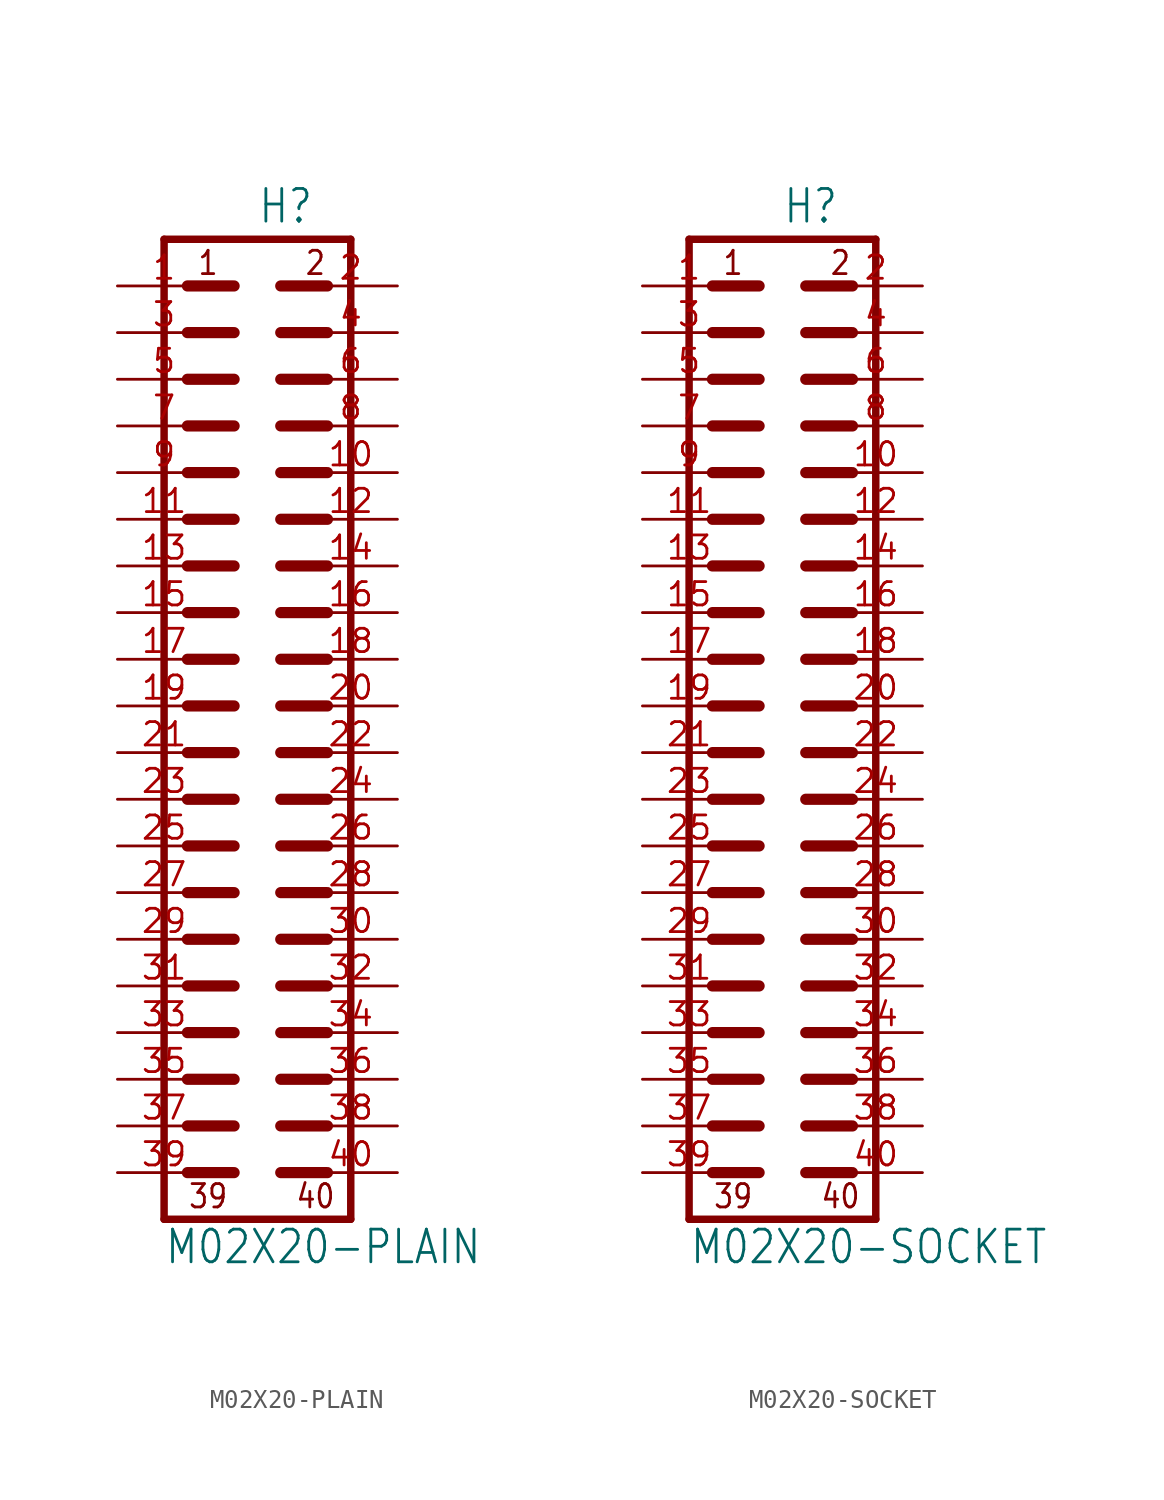
<source format=kicad_sym>
(kicad_symbol_lib
  (version 20211014)
  (generator kicad_symbol_editor)
  (symbol "M02X20-PLAIN"
    (property "Reference" "H"
      (at 0 26.162 0)
      (effects (font (size 1.778 1.511)) (justify left bottom)))
    (property "Value" "M02X20-PLAIN"
      (at -5.08 -30.48 0)
      (effects (font (size 1.778 1.511)) (justify left bottom)))
    (property "ki_locked" ""
      (at 0 0 0)
      (effects (font (size 1.27 1.27))))
    (symbol "M02X20-PLAIN_1_0"
      (polyline (pts (xy -5.08 -27.94) (xy -5.08 25.4)) (stroke (width 0.406) (type default) (color 0 0 0 0)) (fill (type none)))
      (polyline (pts (xy -5.08 25.4) (xy 5.08 25.4)) (stroke (width 0.406) (type default) (color 0 0 0 0)) (fill (type none)))
      (polyline (pts (xy -3.81 -25.4) (xy -1.27 -25.4)) (stroke (width 0.61) (type default) (color 0 0 0 0)) (fill (type none)))
      (polyline (pts (xy -3.81 -22.86) (xy -1.27 -22.86)) (stroke (width 0.61) (type default) (color 0 0 0 0)) (fill (type none)))
      (polyline (pts (xy -3.81 -20.32) (xy -1.27 -20.32)) (stroke (width 0.61) (type default) (color 0 0 0 0)) (fill (type none)))
      (polyline (pts (xy -3.81 -17.78) (xy -1.27 -17.78)) (stroke (width 0.61) (type default) (color 0 0 0 0)) (fill (type none)))
      (polyline (pts (xy -3.81 -15.24) (xy -1.27 -15.24)) (stroke (width 0.61) (type default) (color 0 0 0 0)) (fill (type none)))
      (polyline (pts (xy -3.81 -12.7) (xy -1.27 -12.7)) (stroke (width 0.61) (type default) (color 0 0 0 0)) (fill (type none)))
      (polyline (pts (xy -3.81 -10.16) (xy -1.27 -10.16)) (stroke (width 0.61) (type default) (color 0 0 0 0)) (fill (type none)))
      (polyline (pts (xy -3.81 -7.62) (xy -1.27 -7.62)) (stroke (width 0.61) (type default) (color 0 0 0 0)) (fill (type none)))
      (polyline (pts (xy -3.81 -5.08) (xy -1.27 -5.08)) (stroke (width 0.61) (type default) (color 0 0 0 0)) (fill (type none)))
      (polyline (pts (xy -3.81 -2.54) (xy -1.27 -2.54)) (stroke (width 0.61) (type default) (color 0 0 0 0)) (fill (type none)))
      (polyline (pts (xy -3.81 0) (xy -1.27 0)) (stroke (width 0.61) (type default) (color 0 0 0 0)) (fill (type none)))
      (polyline (pts (xy -3.81 2.54) (xy -1.27 2.54)) (stroke (width 0.61) (type default) (color 0 0 0 0)) (fill (type none)))
      (polyline (pts (xy -3.81 5.08) (xy -1.27 5.08)) (stroke (width 0.61) (type default) (color 0 0 0 0)) (fill (type none)))
      (polyline (pts (xy -3.81 7.62) (xy -1.27 7.62)) (stroke (width 0.61) (type default) (color 0 0 0 0)) (fill (type none)))
      (polyline (pts (xy -3.81 10.16) (xy -1.27 10.16)) (stroke (width 0.61) (type default) (color 0 0 0 0)) (fill (type none)))
      (polyline (pts (xy -3.81 12.7) (xy -1.27 12.7)) (stroke (width 0.61) (type default) (color 0 0 0 0)) (fill (type none)))
      (polyline (pts (xy -3.81 15.24) (xy -1.27 15.24)) (stroke (width 0.61) (type default) (color 0 0 0 0)) (fill (type none)))
      (polyline (pts (xy -3.81 17.78) (xy -1.27 17.78)) (stroke (width 0.61) (type default) (color 0 0 0 0)) (fill (type none)))
      (polyline (pts (xy -3.81 20.32) (xy -1.27 20.32)) (stroke (width 0.61) (type default) (color 0 0 0 0)) (fill (type none)))
      (polyline (pts (xy -3.81 22.86) (xy -1.27 22.86)) (stroke (width 0.61) (type default) (color 0 0 0 0)) (fill (type none)))
      (polyline (pts (xy 1.27 -25.4) (xy 3.81 -25.4)) (stroke (width 0.61) (type default) (color 0 0 0 0)) (fill (type none)))
      (polyline (pts (xy 1.27 -22.86) (xy 3.81 -22.86)) (stroke (width 0.61) (type default) (color 0 0 0 0)) (fill (type none)))
      (polyline (pts (xy 1.27 -20.32) (xy 3.81 -20.32)) (stroke (width 0.61) (type default) (color 0 0 0 0)) (fill (type none)))
      (polyline (pts (xy 1.27 -17.78) (xy 3.81 -17.78)) (stroke (width 0.61) (type default) (color 0 0 0 0)) (fill (type none)))
      (polyline (pts (xy 1.27 -15.24) (xy 3.81 -15.24)) (stroke (width 0.61) (type default) (color 0 0 0 0)) (fill (type none)))
      (polyline (pts (xy 1.27 -12.7) (xy 3.81 -12.7)) (stroke (width 0.61) (type default) (color 0 0 0 0)) (fill (type none)))
      (polyline (pts (xy 1.27 -10.16) (xy 3.81 -10.16)) (stroke (width 0.61) (type default) (color 0 0 0 0)) (fill (type none)))
      (polyline (pts (xy 1.27 -7.62) (xy 3.81 -7.62)) (stroke (width 0.61) (type default) (color 0 0 0 0)) (fill (type none)))
      (polyline (pts (xy 1.27 -5.08) (xy 3.81 -5.08)) (stroke (width 0.61) (type default) (color 0 0 0 0)) (fill (type none)))
      (polyline (pts (xy 1.27 -2.54) (xy 3.81 -2.54)) (stroke (width 0.61) (type default) (color 0 0 0 0)) (fill (type none)))
      (polyline (pts (xy 1.27 0) (xy 3.81 0)) (stroke (width 0.61) (type default) (color 0 0 0 0)) (fill (type none)))
      (polyline (pts (xy 1.27 2.54) (xy 3.81 2.54)) (stroke (width 0.61) (type default) (color 0 0 0 0)) (fill (type none)))
      (polyline (pts (xy 1.27 5.08) (xy 3.81 5.08)) (stroke (width 0.61) (type default) (color 0 0 0 0)) (fill (type none)))
      (polyline (pts (xy 1.27 7.62) (xy 3.81 7.62)) (stroke (width 0.61) (type default) (color 0 0 0 0)) (fill (type none)))
      (polyline (pts (xy 1.27 10.16) (xy 3.81 10.16)) (stroke (width 0.61) (type default) (color 0 0 0 0)) (fill (type none)))
      (polyline (pts (xy 1.27 12.7) (xy 3.81 12.7)) (stroke (width 0.61) (type default) (color 0 0 0 0)) (fill (type none)))
      (polyline (pts (xy 1.27 15.24) (xy 3.81 15.24)) (stroke (width 0.61) (type default) (color 0 0 0 0)) (fill (type none)))
      (polyline (pts (xy 1.27 17.78) (xy 3.81 17.78)) (stroke (width 0.61) (type default) (color 0 0 0 0)) (fill (type none)))
      (polyline (pts (xy 1.27 20.32) (xy 3.81 20.32)) (stroke (width 0.61) (type default) (color 0 0 0 0)) (fill (type none)))
      (polyline (pts (xy 1.27 22.86) (xy 3.81 22.86)) (stroke (width 0.61) (type default) (color 0 0 0 0)) (fill (type none)))
      (polyline (pts (xy 5.08 -27.94) (xy -5.08 -27.94)) (stroke (width 0.406) (type default) (color 0 0 0 0)) (fill (type none)))
      (polyline (pts (xy 5.08 -27.94) (xy 5.08 25.4)) (stroke (width 0.406) (type default) (color 0 0 0 0)) (fill (type none)))
      (text "1" (at -3.302 23.368 0) (effects (font (size 1.27 1.079)) (justify left bottom)))
      (text "2" (at 2.54 23.368 0) (effects (font (size 1.27 1.079)) (justify left bottom)))
      (text "39" (at -3.81 -27.432 0) (effects (font (size 1.27 1.079)) (justify left bottom)))
      (text "40" (at 2.032 -27.432 0) (effects (font (size 1.27 1.079)) (justify left bottom)))
      (pin passive line (at -7.62 22.86 0) (length 5.08) (name "1" (effects (font (size 0 0)))) (number "1" (effects (font (size 1.27 1.27)))))
      (pin passive line (at 7.62 12.7 180) (length 5.08) (name "10" (effects (font (size 0 0)))) (number "10" (effects (font (size 1.27 1.27)))))
      (pin passive line (at -7.62 10.16 0) (length 5.08) (name "11" (effects (font (size 0 0)))) (number "11" (effects (font (size 1.27 1.27)))))
      (pin passive line (at 7.62 10.16 180) (length 5.08) (name "12" (effects (font (size 0 0)))) (number "12" (effects (font (size 1.27 1.27)))))
      (pin passive line (at -7.62 7.62 0) (length 5.08) (name "13" (effects (font (size 0 0)))) (number "13" (effects (font (size 1.27 1.27)))))
      (pin passive line (at 7.62 7.62 180) (length 5.08) (name "14" (effects (font (size 0 0)))) (number "14" (effects (font (size 1.27 1.27)))))
      (pin passive line (at -7.62 5.08 0) (length 5.08) (name "15" (effects (font (size 0 0)))) (number "15" (effects (font (size 1.27 1.27)))))
      (pin passive line (at 7.62 5.08 180) (length 5.08) (name "16" (effects (font (size 0 0)))) (number "16" (effects (font (size 1.27 1.27)))))
      (pin passive line (at -7.62 2.54 0) (length 5.08) (name "17" (effects (font (size 0 0)))) (number "17" (effects (font (size 1.27 1.27)))))
      (pin passive line (at 7.62 2.54 180) (length 5.08) (name "18" (effects (font (size 0 0)))) (number "18" (effects (font (size 1.27 1.27)))))
      (pin passive line (at -7.62 0 0) (length 5.08) (name "19" (effects (font (size 0 0)))) (number "19" (effects (font (size 1.27 1.27)))))
      (pin passive line (at 7.62 22.86 180) (length 5.08) (name "2" (effects (font (size 0 0)))) (number "2" (effects (font (size 1.27 1.27)))))
      (pin passive line (at 7.62 0 180) (length 5.08) (name "20" (effects (font (size 0 0)))) (number "20" (effects (font (size 1.27 1.27)))))
      (pin passive line (at -7.62 -2.54 0) (length 5.08) (name "21" (effects (font (size 0 0)))) (number "21" (effects (font (size 1.27 1.27)))))
      (pin passive line (at 7.62 -2.54 180) (length 5.08) (name "22" (effects (font (size 0 0)))) (number "22" (effects (font (size 1.27 1.27)))))
      (pin passive line (at -7.62 -5.08 0) (length 5.08) (name "23" (effects (font (size 0 0)))) (number "23" (effects (font (size 1.27 1.27)))))
      (pin passive line (at 7.62 -5.08 180) (length 5.08) (name "24" (effects (font (size 0 0)))) (number "24" (effects (font (size 1.27 1.27)))))
      (pin passive line (at -7.62 -7.62 0) (length 5.08) (name "25" (effects (font (size 0 0)))) (number "25" (effects (font (size 1.27 1.27)))))
      (pin passive line (at 7.62 -7.62 180) (length 5.08) (name "26" (effects (font (size 0 0)))) (number "26" (effects (font (size 1.27 1.27)))))
      (pin passive line (at -7.62 -10.16 0) (length 5.08) (name "27" (effects (font (size 0 0)))) (number "27" (effects (font (size 1.27 1.27)))))
      (pin passive line (at 7.62 -10.16 180) (length 5.08) (name "28" (effects (font (size 0 0)))) (number "28" (effects (font (size 1.27 1.27)))))
      (pin passive line (at -7.62 -12.7 0) (length 5.08) (name "29" (effects (font (size 0 0)))) (number "29" (effects (font (size 1.27 1.27)))))
      (pin passive line (at -7.62 20.32 0) (length 5.08) (name "3" (effects (font (size 0 0)))) (number "3" (effects (font (size 1.27 1.27)))))
      (pin passive line (at 7.62 -12.7 180) (length 5.08) (name "30" (effects (font (size 0 0)))) (number "30" (effects (font (size 1.27 1.27)))))
      (pin passive line (at -7.62 -15.24 0) (length 5.08) (name "31" (effects (font (size 0 0)))) (number "31" (effects (font (size 1.27 1.27)))))
      (pin passive line (at 7.62 -15.24 180) (length 5.08) (name "32" (effects (font (size 0 0)))) (number "32" (effects (font (size 1.27 1.27)))))
      (pin passive line (at -7.62 -17.78 0) (length 5.08) (name "33" (effects (font (size 0 0)))) (number "33" (effects (font (size 1.27 1.27)))))
      (pin passive line (at 7.62 -17.78 180) (length 5.08) (name "34" (effects (font (size 0 0)))) (number "34" (effects (font (size 1.27 1.27)))))
      (pin passive line (at -7.62 -20.32 0) (length 5.08) (name "35" (effects (font (size 0 0)))) (number "35" (effects (font (size 1.27 1.27)))))
      (pin passive line (at 7.62 -20.32 180) (length 5.08) (name "36" (effects (font (size 0 0)))) (number "36" (effects (font (size 1.27 1.27)))))
      (pin passive line (at -7.62 -22.86 0) (length 5.08) (name "37" (effects (font (size 0 0)))) (number "37" (effects (font (size 1.27 1.27)))))
      (pin passive line (at 7.62 -22.86 180) (length 5.08) (name "38" (effects (font (size 0 0)))) (number "38" (effects (font (size 1.27 1.27)))))
      (pin passive line (at -7.62 -25.4 0) (length 5.08) (name "39" (effects (font (size 0 0)))) (number "39" (effects (font (size 1.27 1.27)))))
      (pin passive line (at 7.62 20.32 180) (length 5.08) (name "4" (effects (font (size 0 0)))) (number "4" (effects (font (size 1.27 1.27)))))
      (pin passive line (at 7.62 -25.4 180) (length 5.08) (name "40" (effects (font (size 0 0)))) (number "40" (effects (font (size 1.27 1.27)))))
      (pin passive line (at -7.62 17.78 0) (length 5.08) (name "5" (effects (font (size 0 0)))) (number "5" (effects (font (size 1.27 1.27)))))
      (pin passive line (at 7.62 17.78 180) (length 5.08) (name "6" (effects (font (size 0 0)))) (number "6" (effects (font (size 1.27 1.27)))))
      (pin passive line (at -7.62 15.24 0) (length 5.08) (name "7" (effects (font (size 0 0)))) (number "7" (effects (font (size 1.27 1.27)))))
      (pin passive line (at 7.62 15.24 180) (length 5.08) (name "8" (effects (font (size 0 0)))) (number "8" (effects (font (size 1.27 1.27)))))
      (pin passive line (at -7.62 12.7 0) (length 5.08) (name "9" (effects (font (size 0 0)))) (number "9" (effects (font (size 1.27 1.27)))))))
  (symbol "M02X20-SOCKET"
    (property "Reference" "H"
      (at 0 26.162 0)
      (effects (font (size 1.778 1.511)) (justify left bottom)))
    (property "Value" "M02X20-SOCKET"
      (at -5.08 -30.48 0)
      (effects (font (size 1.778 1.511)) (justify left bottom)))
    (property "ki_locked" ""
      (at 0 0 0)
      (effects (font (size 1.27 1.27))))
    (symbol "M02X20-SOCKET_1_0"
      (polyline (pts (xy -5.08 -27.94) (xy -5.08 25.4)) (stroke (width 0.406) (type default) (color 0 0 0 0)) (fill (type none)))
      (polyline (pts (xy -5.08 25.4) (xy 5.08 25.4)) (stroke (width 0.406) (type default) (color 0 0 0 0)) (fill (type none)))
      (polyline (pts (xy -3.81 -25.4) (xy -1.27 -25.4)) (stroke (width 0.61) (type default) (color 0 0 0 0)) (fill (type none)))
      (polyline (pts (xy -3.81 -22.86) (xy -1.27 -22.86)) (stroke (width 0.61) (type default) (color 0 0 0 0)) (fill (type none)))
      (polyline (pts (xy -3.81 -20.32) (xy -1.27 -20.32)) (stroke (width 0.61) (type default) (color 0 0 0 0)) (fill (type none)))
      (polyline (pts (xy -3.81 -17.78) (xy -1.27 -17.78)) (stroke (width 0.61) (type default) (color 0 0 0 0)) (fill (type none)))
      (polyline (pts (xy -3.81 -15.24) (xy -1.27 -15.24)) (stroke (width 0.61) (type default) (color 0 0 0 0)) (fill (type none)))
      (polyline (pts (xy -3.81 -12.7) (xy -1.27 -12.7)) (stroke (width 0.61) (type default) (color 0 0 0 0)) (fill (type none)))
      (polyline (pts (xy -3.81 -10.16) (xy -1.27 -10.16)) (stroke (width 0.61) (type default) (color 0 0 0 0)) (fill (type none)))
      (polyline (pts (xy -3.81 -7.62) (xy -1.27 -7.62)) (stroke (width 0.61) (type default) (color 0 0 0 0)) (fill (type none)))
      (polyline (pts (xy -3.81 -5.08) (xy -1.27 -5.08)) (stroke (width 0.61) (type default) (color 0 0 0 0)) (fill (type none)))
      (polyline (pts (xy -3.81 -2.54) (xy -1.27 -2.54)) (stroke (width 0.61) (type default) (color 0 0 0 0)) (fill (type none)))
      (polyline (pts (xy -3.81 0) (xy -1.27 0)) (stroke (width 0.61) (type default) (color 0 0 0 0)) (fill (type none)))
      (polyline (pts (xy -3.81 2.54) (xy -1.27 2.54)) (stroke (width 0.61) (type default) (color 0 0 0 0)) (fill (type none)))
      (polyline (pts (xy -3.81 5.08) (xy -1.27 5.08)) (stroke (width 0.61) (type default) (color 0 0 0 0)) (fill (type none)))
      (polyline (pts (xy -3.81 7.62) (xy -1.27 7.62)) (stroke (width 0.61) (type default) (color 0 0 0 0)) (fill (type none)))
      (polyline (pts (xy -3.81 10.16) (xy -1.27 10.16)) (stroke (width 0.61) (type default) (color 0 0 0 0)) (fill (type none)))
      (polyline (pts (xy -3.81 12.7) (xy -1.27 12.7)) (stroke (width 0.61) (type default) (color 0 0 0 0)) (fill (type none)))
      (polyline (pts (xy -3.81 15.24) (xy -1.27 15.24)) (stroke (width 0.61) (type default) (color 0 0 0 0)) (fill (type none)))
      (polyline (pts (xy -3.81 17.78) (xy -1.27 17.78)) (stroke (width 0.61) (type default) (color 0 0 0 0)) (fill (type none)))
      (polyline (pts (xy -3.81 20.32) (xy -1.27 20.32)) (stroke (width 0.61) (type default) (color 0 0 0 0)) (fill (type none)))
      (polyline (pts (xy -3.81 22.86) (xy -1.27 22.86)) (stroke (width 0.61) (type default) (color 0 0 0 0)) (fill (type none)))
      (polyline (pts (xy 1.27 -25.4) (xy 3.81 -25.4)) (stroke (width 0.61) (type default) (color 0 0 0 0)) (fill (type none)))
      (polyline (pts (xy 1.27 -22.86) (xy 3.81 -22.86)) (stroke (width 0.61) (type default) (color 0 0 0 0)) (fill (type none)))
      (polyline (pts (xy 1.27 -20.32) (xy 3.81 -20.32)) (stroke (width 0.61) (type default) (color 0 0 0 0)) (fill (type none)))
      (polyline (pts (xy 1.27 -17.78) (xy 3.81 -17.78)) (stroke (width 0.61) (type default) (color 0 0 0 0)) (fill (type none)))
      (polyline (pts (xy 1.27 -15.24) (xy 3.81 -15.24)) (stroke (width 0.61) (type default) (color 0 0 0 0)) (fill (type none)))
      (polyline (pts (xy 1.27 -12.7) (xy 3.81 -12.7)) (stroke (width 0.61) (type default) (color 0 0 0 0)) (fill (type none)))
      (polyline (pts (xy 1.27 -10.16) (xy 3.81 -10.16)) (stroke (width 0.61) (type default) (color 0 0 0 0)) (fill (type none)))
      (polyline (pts (xy 1.27 -7.62) (xy 3.81 -7.62)) (stroke (width 0.61) (type default) (color 0 0 0 0)) (fill (type none)))
      (polyline (pts (xy 1.27 -5.08) (xy 3.81 -5.08)) (stroke (width 0.61) (type default) (color 0 0 0 0)) (fill (type none)))
      (polyline (pts (xy 1.27 -2.54) (xy 3.81 -2.54)) (stroke (width 0.61) (type default) (color 0 0 0 0)) (fill (type none)))
      (polyline (pts (xy 1.27 0) (xy 3.81 0)) (stroke (width 0.61) (type default) (color 0 0 0 0)) (fill (type none)))
      (polyline (pts (xy 1.27 2.54) (xy 3.81 2.54)) (stroke (width 0.61) (type default) (color 0 0 0 0)) (fill (type none)))
      (polyline (pts (xy 1.27 5.08) (xy 3.81 5.08)) (stroke (width 0.61) (type default) (color 0 0 0 0)) (fill (type none)))
      (polyline (pts (xy 1.27 7.62) (xy 3.81 7.62)) (stroke (width 0.61) (type default) (color 0 0 0 0)) (fill (type none)))
      (polyline (pts (xy 1.27 10.16) (xy 3.81 10.16)) (stroke (width 0.61) (type default) (color 0 0 0 0)) (fill (type none)))
      (polyline (pts (xy 1.27 12.7) (xy 3.81 12.7)) (stroke (width 0.61) (type default) (color 0 0 0 0)) (fill (type none)))
      (polyline (pts (xy 1.27 15.24) (xy 3.81 15.24)) (stroke (width 0.61) (type default) (color 0 0 0 0)) (fill (type none)))
      (polyline (pts (xy 1.27 17.78) (xy 3.81 17.78)) (stroke (width 0.61) (type default) (color 0 0 0 0)) (fill (type none)))
      (polyline (pts (xy 1.27 20.32) (xy 3.81 20.32)) (stroke (width 0.61) (type default) (color 0 0 0 0)) (fill (type none)))
      (polyline (pts (xy 1.27 22.86) (xy 3.81 22.86)) (stroke (width 0.61) (type default) (color 0 0 0 0)) (fill (type none)))
      (polyline (pts (xy 5.08 -27.94) (xy -5.08 -27.94)) (stroke (width 0.406) (type default) (color 0 0 0 0)) (fill (type none)))
      (polyline (pts (xy 5.08 -27.94) (xy 5.08 25.4)) (stroke (width 0.406) (type default) (color 0 0 0 0)) (fill (type none)))
      (text "1" (at -3.302 23.368 0) (effects (font (size 1.27 1.079)) (justify left bottom)))
      (text "2" (at 2.54 23.368 0) (effects (font (size 1.27 1.079)) (justify left bottom)))
      (text "39" (at -3.81 -27.432 0) (effects (font (size 1.27 1.079)) (justify left bottom)))
      (text "40" (at 2.032 -27.432 0) (effects (font (size 1.27 1.079)) (justify left bottom)))
      (pin passive line (at -7.62 22.86 0) (length 5.08) (name "1" (effects (font (size 0 0)))) (number "1" (effects (font (size 1.27 1.27)))))
      (pin passive line (at 7.62 12.7 180) (length 5.08) (name "10" (effects (font (size 0 0)))) (number "10" (effects (font (size 1.27 1.27)))))
      (pin passive line (at -7.62 10.16 0) (length 5.08) (name "11" (effects (font (size 0 0)))) (number "11" (effects (font (size 1.27 1.27)))))
      (pin passive line (at 7.62 10.16 180) (length 5.08) (name "12" (effects (font (size 0 0)))) (number "12" (effects (font (size 1.27 1.27)))))
      (pin passive line (at -7.62 7.62 0) (length 5.08) (name "13" (effects (font (size 0 0)))) (number "13" (effects (font (size 1.27 1.27)))))
      (pin passive line (at 7.62 7.62 180) (length 5.08) (name "14" (effects (font (size 0 0)))) (number "14" (effects (font (size 1.27 1.27)))))
      (pin passive line (at -7.62 5.08 0) (length 5.08) (name "15" (effects (font (size 0 0)))) (number "15" (effects (font (size 1.27 1.27)))))
      (pin passive line (at 7.62 5.08 180) (length 5.08) (name "16" (effects (font (size 0 0)))) (number "16" (effects (font (size 1.27 1.27)))))
      (pin passive line (at -7.62 2.54 0) (length 5.08) (name "17" (effects (font (size 0 0)))) (number "17" (effects (font (size 1.27 1.27)))))
      (pin passive line (at 7.62 2.54 180) (length 5.08) (name "18" (effects (font (size 0 0)))) (number "18" (effects (font (size 1.27 1.27)))))
      (pin passive line (at -7.62 0 0) (length 5.08) (name "19" (effects (font (size 0 0)))) (number "19" (effects (font (size 1.27 1.27)))))
      (pin passive line (at 7.62 22.86 180) (length 5.08) (name "2" (effects (font (size 0 0)))) (number "2" (effects (font (size 1.27 1.27)))))
      (pin passive line (at 7.62 0 180) (length 5.08) (name "20" (effects (font (size 0 0)))) (number "20" (effects (font (size 1.27 1.27)))))
      (pin passive line (at -7.62 -2.54 0) (length 5.08) (name "21" (effects (font (size 0 0)))) (number "21" (effects (font (size 1.27 1.27)))))
      (pin passive line (at 7.62 -2.54 180) (length 5.08) (name "22" (effects (font (size 0 0)))) (number "22" (effects (font (size 1.27 1.27)))))
      (pin passive line (at -7.62 -5.08 0) (length 5.08) (name "23" (effects (font (size 0 0)))) (number "23" (effects (font (size 1.27 1.27)))))
      (pin passive line (at 7.62 -5.08 180) (length 5.08) (name "24" (effects (font (size 0 0)))) (number "24" (effects (font (size 1.27 1.27)))))
      (pin passive line (at -7.62 -7.62 0) (length 5.08) (name "25" (effects (font (size 0 0)))) (number "25" (effects (font (size 1.27 1.27)))))
      (pin passive line (at 7.62 -7.62 180) (length 5.08) (name "26" (effects (font (size 0 0)))) (number "26" (effects (font (size 1.27 1.27)))))
      (pin passive line (at -7.62 -10.16 0) (length 5.08) (name "27" (effects (font (size 0 0)))) (number "27" (effects (font (size 1.27 1.27)))))
      (pin passive line (at 7.62 -10.16 180) (length 5.08) (name "28" (effects (font (size 0 0)))) (number "28" (effects (font (size 1.27 1.27)))))
      (pin passive line (at -7.62 -12.7 0) (length 5.08) (name "29" (effects (font (size 0 0)))) (number "29" (effects (font (size 1.27 1.27)))))
      (pin passive line (at -7.62 20.32 0) (length 5.08) (name "3" (effects (font (size 0 0)))) (number "3" (effects (font (size 1.27 1.27)))))
      (pin passive line (at 7.62 -12.7 180) (length 5.08) (name "30" (effects (font (size 0 0)))) (number "30" (effects (font (size 1.27 1.27)))))
      (pin passive line (at -7.62 -15.24 0) (length 5.08) (name "31" (effects (font (size 0 0)))) (number "31" (effects (font (size 1.27 1.27)))))
      (pin passive line (at 7.62 -15.24 180) (length 5.08) (name "32" (effects (font (size 0 0)))) (number "32" (effects (font (size 1.27 1.27)))))
      (pin passive line (at -7.62 -17.78 0) (length 5.08) (name "33" (effects (font (size 0 0)))) (number "33" (effects (font (size 1.27 1.27)))))
      (pin passive line (at 7.62 -17.78 180) (length 5.08) (name "34" (effects (font (size 0 0)))) (number "34" (effects (font (size 1.27 1.27)))))
      (pin passive line (at -7.62 -20.32 0) (length 5.08) (name "35" (effects (font (size 0 0)))) (number "35" (effects (font (size 1.27 1.27)))))
      (pin passive line (at 7.62 -20.32 180) (length 5.08) (name "36" (effects (font (size 0 0)))) (number "36" (effects (font (size 1.27 1.27)))))
      (pin passive line (at -7.62 -22.86 0) (length 5.08) (name "37" (effects (font (size 0 0)))) (number "37" (effects (font (size 1.27 1.27)))))
      (pin passive line (at 7.62 -22.86 180) (length 5.08) (name "38" (effects (font (size 0 0)))) (number "38" (effects (font (size 1.27 1.27)))))
      (pin passive line (at -7.62 -25.4 0) (length 5.08) (name "39" (effects (font (size 0 0)))) (number "39" (effects (font (size 1.27 1.27)))))
      (pin passive line (at 7.62 20.32 180) (length 5.08) (name "4" (effects (font (size 0 0)))) (number "4" (effects (font (size 1.27 1.27)))))
      (pin passive line (at 7.62 -25.4 180) (length 5.08) (name "40" (effects (font (size 0 0)))) (number "40" (effects (font (size 1.27 1.27)))))
      (pin passive line (at -7.62 17.78 0) (length 5.08) (name "5" (effects (font (size 0 0)))) (number "5" (effects (font (size 1.27 1.27)))))
      (pin passive line (at 7.62 17.78 180) (length 5.08) (name "6" (effects (font (size 0 0)))) (number "6" (effects (font (size 1.27 1.27)))))
      (pin passive line (at -7.62 15.24 0) (length 5.08) (name "7" (effects (font (size 0 0)))) (number "7" (effects (font (size 1.27 1.27)))))
      (pin passive line (at 7.62 15.24 180) (length 5.08) (name "8" (effects (font (size 0 0)))) (number "8" (effects (font (size 1.27 1.27)))))
      (pin passive line (at -7.62 12.7 0) (length 5.08) (name "9" (effects (font (size 0 0)))) (number "9" (effects (font (size 1.27 1.27))))))))
</source>
